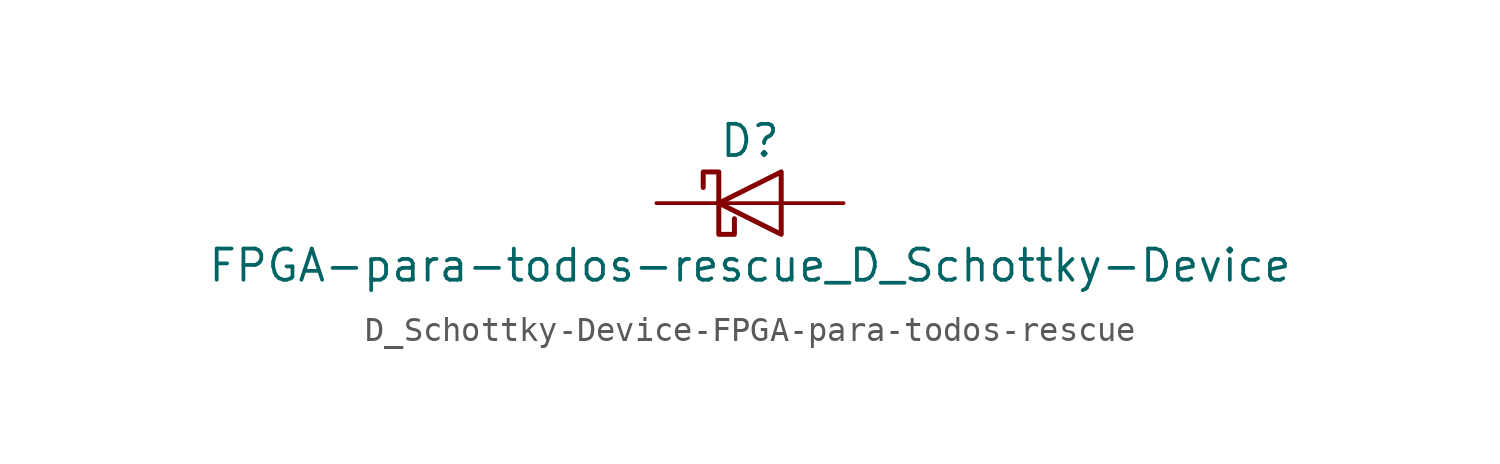
<source format=kicad_sym>
(kicad_symbol_lib
  (version 20231120)
  (generator "kicad_symbol_editor")
  (generator_version "8.0")
  (symbol "D_Schottky-Device-FPGA-para-todos-rescue"
    (pin_numbers hide)
    (pin_names
      (offset 1.016) hide)
    (property "Reference" "D"
      (at 0 2.54 0)
      (effects (font (size 1.27 1.27))))
    (property "Value" "FPGA-para-todos-rescue_D_Schottky-Device"
      (at 0 -2.54 0)
      (effects (font (size 1.27 1.27))))
    (symbol "D_Schottky-Device-FPGA-para-todos-rescue_0_1"
      (polyline (pts (xy 1.27 0) (xy -1.27 0)) (stroke (width 0) (type solid)) (fill (type none)))
      (polyline (pts (xy 1.27 1.27) (xy 1.27 -1.27) (xy -1.27 0) (xy 1.27 1.27)) (stroke (width 0.203) (type solid)) (fill (type none)))
      (polyline (pts (xy -1.905 0.635) (xy -1.905 1.27) (xy -1.27 1.27) (xy -1.27 -1.27) (xy -0.635 -1.27) (xy -0.635 -0.635)) (stroke (width 0.203) (type solid)) (fill (type none))))
    (symbol "D_Schottky-Device-FPGA-para-todos-rescue_1_1"
      (pin passive line (at 3.81 0 180) (length 2.54) (name "A" (effects (font (size 1.27 1.27)))) (number "1" (effects (font (size 1.27 1.27)))))
      (pin passive line (at -3.81 0 0) (length 2.54) (name "K" (effects (font (size 1.27 1.27)))) (number "2" (effects (font (size 1.27 1.27))))))))
</source>
